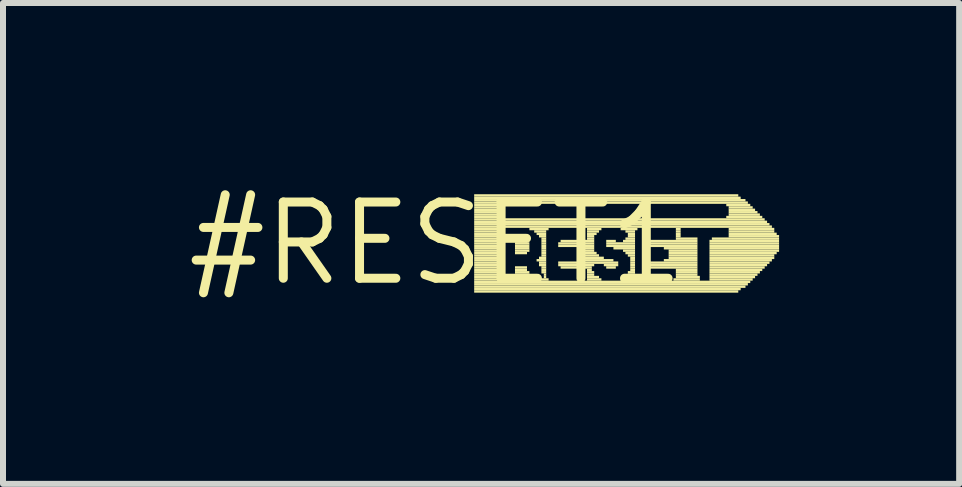
<source format=kicad_pcb>
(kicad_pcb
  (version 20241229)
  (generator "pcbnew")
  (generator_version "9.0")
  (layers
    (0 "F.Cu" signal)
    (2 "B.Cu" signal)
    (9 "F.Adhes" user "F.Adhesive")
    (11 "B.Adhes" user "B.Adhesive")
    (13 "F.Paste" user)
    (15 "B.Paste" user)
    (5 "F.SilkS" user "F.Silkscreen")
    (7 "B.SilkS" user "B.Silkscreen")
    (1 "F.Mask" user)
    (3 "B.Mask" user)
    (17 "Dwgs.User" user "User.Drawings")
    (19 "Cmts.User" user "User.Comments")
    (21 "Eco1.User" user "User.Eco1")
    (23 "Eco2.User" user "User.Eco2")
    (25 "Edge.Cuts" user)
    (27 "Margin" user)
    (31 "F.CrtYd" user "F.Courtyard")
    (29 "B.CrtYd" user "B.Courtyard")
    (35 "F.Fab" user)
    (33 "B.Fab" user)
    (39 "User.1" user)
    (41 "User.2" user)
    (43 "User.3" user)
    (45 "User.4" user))
  (footprint "#RESET1"
    (layer "F.Cu")
    (at 4.21 1.006)
    (property "Reference" "#RESET1" (at 0 0 0) (layer "F.SilkS") (effects (font (size 1.27 1.27) (thickness 0.15))))
    (fp_poly (pts (xy 0.64 -0.78) (xy 5.04 -0.78) (xy 5.04 -0.82) (xy 0.64 -0.82)) (stroke (width 0) (type default)) (fill yes) (layer "F.SilkS"))
    (fp_poly (pts (xy 0.64 -0.74) (xy 5.08 -0.74) (xy 5.08 -0.78) (xy 0.64 -0.78)) (stroke (width 0) (type default)) (fill yes) (layer "F.SilkS"))
    (fp_poly (pts (xy 0.64 -0.7) (xy 5.16 -0.7) (xy 5.16 -0.74) (xy 0.64 -0.74)) (stroke (width 0) (type default)) (fill yes) (layer "F.SilkS"))
    (fp_poly (pts (xy 0.64 -0.66) (xy 5.2 -0.66) (xy 5.2 -0.7) (xy 0.64 -0.7)) (stroke (width 0) (type default)) (fill yes) (layer "F.SilkS"))
    (fp_poly (pts (xy 0.64 -0.62) (xy 1.08 -0.62) (xy 1.08 -0.66) (xy 0.64 -0.66)) (stroke (width 0) (type default)) (fill yes) (layer "F.SilkS"))
    (fp_poly (pts (xy 0.64 -0.58) (xy 1.04 -0.58) (xy 1.04 -0.62) (xy 0.64 -0.62)) (stroke (width 0) (type default)) (fill yes) (layer "F.SilkS"))
    (fp_poly (pts (xy 0.64 -0.54) (xy 1.04 -0.54) (xy 1.04 -0.58) (xy 0.64 -0.58)) (stroke (width 0) (type default)) (fill yes) (layer "F.SilkS"))
    (fp_poly (pts (xy 0.64 -0.5) (xy 1.04 -0.5) (xy 1.04 -0.54) (xy 0.64 -0.54)) (stroke (width 0) (type default)) (fill yes) (layer "F.SilkS"))
    (fp_poly (pts (xy 0.64 -0.46) (xy 1.04 -0.46) (xy 1.04 -0.5) (xy 0.64 -0.5)) (stroke (width 0) (type default)) (fill yes) (layer "F.SilkS"))
    (fp_poly (pts (xy 0.64 -0.42) (xy 1.08 -0.42) (xy 1.08 -0.46) (xy 0.64 -0.46)) (stroke (width 0) (type default)) (fill yes) (layer "F.SilkS"))
    (fp_poly (pts (xy 0.64 -0.38) (xy 5.48 -0.38) (xy 5.48 -0.42) (xy 0.64 -0.42)) (stroke (width 0) (type default)) (fill yes) (layer "F.SilkS"))
    (fp_poly (pts (xy 0.64 -0.34) (xy 5.52 -0.34) (xy 5.52 -0.38) (xy 0.64 -0.38)) (stroke (width 0) (type default)) (fill yes) (layer "F.SilkS"))
    (fp_poly (pts (xy 0.64 -0.3) (xy 5.56 -0.3) (xy 5.56 -0.34) (xy 0.64 -0.34)) (stroke (width 0) (type default)) (fill yes) (layer "F.SilkS"))
    (fp_poly (pts (xy 0.64 -0.26) (xy 5.6 -0.26) (xy 5.6 -0.3) (xy 0.64 -0.3)) (stroke (width 0) (type default)) (fill yes) (layer "F.SilkS"))
    (fp_poly (pts (xy 0.64 -0.22) (xy 1.12 -0.22) (xy 1.12 -0.26) (xy 0.64 -0.26)) (stroke (width 0) (type default)) (fill yes) (layer "F.SilkS"))
    (fp_poly (pts (xy 0.64 -0.18) (xy 1.12 -0.18) (xy 1.12 -0.22) (xy 0.64 -0.22)) (stroke (width 0) (type default)) (fill yes) (layer "F.SilkS"))
    (fp_poly (pts (xy 0.64 -0.14) (xy 1.12 -0.14) (xy 1.12 -0.18) (xy 0.64 -0.18)) (stroke (width 0) (type default)) (fill yes) (layer "F.SilkS"))
    (fp_poly (pts (xy 0.64 -0.1) (xy 1.12 -0.1) (xy 1.12 -0.14) (xy 0.64 -0.14)) (stroke (width 0) (type default)) (fill yes) (layer "F.SilkS"))
    (fp_poly (pts (xy 0.64 -0.06) (xy 1.12 -0.06) (xy 1.12 -0.1) (xy 0.64 -0.1)) (stroke (width 0) (type default)) (fill yes) (layer "F.SilkS"))
    (fp_poly (pts (xy 0.64 -0.02) (xy 1.12 -0.02) (xy 1.12 -0.06) (xy 0.64 -0.06)) (stroke (width 0) (type default)) (fill yes) (layer "F.SilkS"))
    (fp_poly (pts (xy 0.64 0.02) (xy 1.12 0.02) (xy 1.12 -0.02) (xy 0.64 -0.02)) (stroke (width 0) (type default)) (fill yes) (layer "F.SilkS"))
    (fp_poly (pts (xy 0.64 0.06) (xy 1.12 0.06) (xy 1.12 0.02) (xy 0.64 0.02)) (stroke (width 0) (type default)) (fill yes) (layer "F.SilkS"))
    (fp_poly (pts (xy 0.64 0.1) (xy 1.12 0.1) (xy 1.12 0.06) (xy 0.64 0.06)) (stroke (width 0) (type default)) (fill yes) (layer "F.SilkS"))
    (fp_poly (pts (xy 0.64 0.14) (xy 1.12 0.14) (xy 1.12 0.1) (xy 0.64 0.1)) (stroke (width 0) (type default)) (fill yes) (layer "F.SilkS"))
    (fp_poly (pts (xy 0.64 0.18) (xy 1.12 0.18) (xy 1.12 0.14) (xy 0.64 0.14)) (stroke (width 0) (type default)) (fill yes) (layer "F.SilkS"))
    (fp_poly (pts (xy 0.64 0.22) (xy 1.12 0.22) (xy 1.12 0.18) (xy 0.64 0.18)) (stroke (width 0) (type default)) (fill yes) (layer "F.SilkS"))
    (fp_poly (pts (xy 0.64 0.26) (xy 1.12 0.26) (xy 1.12 0.22) (xy 0.64 0.22)) (stroke (width 0) (type default)) (fill yes) (layer "F.SilkS"))
    (fp_poly (pts (xy 0.64 0.3) (xy 1.12 0.3) (xy 1.12 0.26) (xy 0.64 0.26)) (stroke (width 0) (type default)) (fill yes) (layer "F.SilkS"))
    (fp_poly (pts (xy 0.64 0.34) (xy 1.12 0.34) (xy 1.12 0.3) (xy 0.64 0.3)) (stroke (width 0) (type default)) (fill yes) (layer "F.SilkS"))
    (fp_poly (pts (xy 0.64 0.38) (xy 1.12 0.38) (xy 1.12 0.34) (xy 0.64 0.34)) (stroke (width 0) (type default)) (fill yes) (layer "F.SilkS"))
    (fp_poly (pts (xy 0.64 0.42) (xy 1.12 0.42) (xy 1.12 0.38) (xy 0.64 0.38)) (stroke (width 0) (type default)) (fill yes) (layer "F.SilkS"))
    (fp_poly (pts (xy 0.64 0.46) (xy 1.12 0.46) (xy 1.12 0.42) (xy 0.64 0.42)) (stroke (width 0) (type default)) (fill yes) (layer "F.SilkS"))
    (fp_poly (pts (xy 0.64 0.5) (xy 1.12 0.5) (xy 1.12 0.46) (xy 0.64 0.46)) (stroke (width 0) (type default)) (fill yes) (layer "F.SilkS"))
    (fp_poly (pts (xy 0.64 0.54) (xy 1.12 0.54) (xy 1.12 0.5) (xy 0.64 0.5)) (stroke (width 0) (type default)) (fill yes) (layer "F.SilkS"))
    (fp_poly (pts (xy 0.64 0.58) (xy 1.12 0.58) (xy 1.12 0.54) (xy 0.64 0.54)) (stroke (width 0) (type default)) (fill yes) (layer "F.SilkS"))
    (fp_poly (pts (xy 0.64 0.62) (xy 1.12 0.62) (xy 1.12 0.58) (xy 0.64 0.58)) (stroke (width 0) (type default)) (fill yes) (layer "F.SilkS"))
    (fp_poly (pts (xy 0.64 0.66) (xy 5.24 0.66) (xy 5.24 0.62) (xy 0.64 0.62)) (stroke (width 0) (type default)) (fill yes) (layer "F.SilkS"))
    (fp_poly (pts (xy 0.64 0.7) (xy 5.2 0.7) (xy 5.2 0.66) (xy 0.64 0.66)) (stroke (width 0) (type default)) (fill yes) (layer "F.SilkS"))
    (fp_poly (pts (xy 0.64 0.74) (xy 5.16 0.74) (xy 5.16 0.7) (xy 0.64 0.7)) (stroke (width 0) (type default)) (fill yes) (layer "F.SilkS"))
    (fp_poly (pts (xy 0.64 0.78) (xy 5.08 0.78) (xy 5.08 0.74) (xy 0.64 0.74)) (stroke (width 0) (type default)) (fill yes) (layer "F.SilkS"))
    (fp_poly (pts (xy 0.64 0.82) (xy 5.04 0.82) (xy 5.04 0.78) (xy 0.64 0.78)) (stroke (width 0) (type default)) (fill yes) (layer "F.SilkS"))
    (fp_poly (pts (xy 1.28 0.62) (xy 1.6 0.62) (xy 1.6 0.58) (xy 1.28 0.58)) (stroke (width 0) (type default)) (fill yes) (layer "F.SilkS"))
    (fp_poly (pts (xy 1.32 -0.02) (xy 1.52 -0.02) (xy 1.52 -0.06) (xy 1.32 -0.06)) (stroke (width 0) (type default)) (fill yes) (layer "F.SilkS"))
    (fp_poly (pts (xy 1.32 0.02) (xy 1.56 0.02) (xy 1.56 -0.02) (xy 1.32 -0.02)) (stroke (width 0) (type default)) (fill yes) (layer "F.SilkS"))
    (fp_poly (pts (xy 1.32 0.06) (xy 1.56 0.06) (xy 1.56 0.02) (xy 1.32 0.02)) (stroke (width 0) (type default)) (fill yes) (layer "F.SilkS"))
    (fp_poly (pts (xy 1.32 0.1) (xy 1.56 0.1) (xy 1.56 0.06) (xy 1.32 0.06)) (stroke (width 0) (type default)) (fill yes) (layer "F.SilkS"))
    (fp_poly (pts (xy 1.32 0.14) (xy 1.56 0.14) (xy 1.56 0.1) (xy 1.32 0.1)) (stroke (width 0) (type default)) (fill yes) (layer "F.SilkS"))
    (fp_poly (pts (xy 1.32 0.18) (xy 1.52 0.18) (xy 1.52 0.14) (xy 1.32 0.14)) (stroke (width 0) (type default)) (fill yes) (layer "F.SilkS"))
    (fp_poly (pts (xy 1.32 0.42) (xy 1.52 0.42) (xy 1.52 0.38) (xy 1.32 0.38)) (stroke (width 0) (type default)) (fill yes) (layer "F.SilkS"))
    (fp_poly (pts (xy 1.32 0.46) (xy 1.52 0.46) (xy 1.52 0.42) (xy 1.32 0.42)) (stroke (width 0) (type default)) (fill yes) (layer "F.SilkS"))
    (fp_poly (pts (xy 1.32 0.5) (xy 1.56 0.5) (xy 1.56 0.46) (xy 1.32 0.46)) (stroke (width 0) (type default)) (fill yes) (layer "F.SilkS"))
    (fp_poly (pts (xy 1.32 0.54) (xy 1.56 0.54) (xy 1.56 0.5) (xy 1.32 0.5)) (stroke (width 0) (type default)) (fill yes) (layer "F.SilkS"))
    (fp_poly (pts (xy 1.32 0.58) (xy 1.6 0.58) (xy 1.6 0.54) (xy 1.32 0.54)) (stroke (width 0) (type default)) (fill yes) (layer "F.SilkS"))
    (fp_poly (pts (xy 1.56 -0.22) (xy 1.88 -0.22) (xy 1.88 -0.26) (xy 1.56 -0.26)) (stroke (width 0) (type default)) (fill yes) (layer "F.SilkS"))
    (fp_poly (pts (xy 1.64 -0.18) (xy 1.84 -0.18) (xy 1.84 -0.22) (xy 1.64 -0.22)) (stroke (width 0) (type default)) (fill yes) (layer "F.SilkS"))
    (fp_poly (pts (xy 1.68 -0.14) (xy 1.84 -0.14) (xy 1.84 -0.18) (xy 1.68 -0.18)) (stroke (width 0) (type default)) (fill yes) (layer "F.SilkS"))
    (fp_poly (pts (xy 1.68 0.3) (xy 1.84 0.3) (xy 1.84 0.26) (xy 1.68 0.26)) (stroke (width 0) (type default)) (fill yes) (layer "F.SilkS"))
    (fp_poly (pts (xy 1.72 -0.1) (xy 1.84 -0.1) (xy 1.84 -0.14) (xy 1.72 -0.14)) (stroke (width 0) (type default)) (fill yes) (layer "F.SilkS"))
    (fp_poly (pts (xy 1.72 0.26) (xy 1.84 0.26) (xy 1.84 0.22) (xy 1.72 0.22)) (stroke (width 0) (type default)) (fill yes) (layer "F.SilkS"))
    (fp_poly (pts (xy 1.72 0.34) (xy 1.84 0.34) (xy 1.84 0.3) (xy 1.72 0.3)) (stroke (width 0) (type default)) (fill yes) (layer "F.SilkS"))
    (fp_poly (pts (xy 1.72 0.38) (xy 1.84 0.38) (xy 1.84 0.34) (xy 1.72 0.34)) (stroke (width 0) (type default)) (fill yes) (layer "F.SilkS"))
    (fp_poly (pts (xy 1.72 0.62) (xy 1.88 0.62) (xy 1.88 0.58) (xy 1.72 0.58)) (stroke (width 0) (type default)) (fill yes) (layer "F.SilkS"))
    (fp_poly (pts (xy 1.76 -0.06) (xy 1.84 -0.06) (xy 1.84 -0.1) (xy 1.76 -0.1)) (stroke (width 0) (type default)) (fill yes) (layer "F.SilkS"))
    (fp_poly (pts (xy 1.76 -0.02) (xy 1.84 -0.02) (xy 1.84 -0.06) (xy 1.76 -0.06)) (stroke (width 0) (type default)) (fill yes) (layer "F.SilkS"))
    (fp_poly (pts (xy 1.76 0.02) (xy 1.84 0.02) (xy 1.84 -0.02) (xy 1.76 -0.02)) (stroke (width 0) (type default)) (fill yes) (layer "F.SilkS"))
    (fp_poly (pts (xy 1.76 0.06) (xy 1.84 0.06) (xy 1.84 0.02) (xy 1.76 0.02)) (stroke (width 0) (type default)) (fill yes) (layer "F.SilkS"))
    (fp_poly (pts (xy 1.76 0.1) (xy 1.84 0.1) (xy 1.84 0.06) (xy 1.76 0.06)) (stroke (width 0) (type default)) (fill yes) (layer "F.SilkS"))
    (fp_poly (pts (xy 1.76 0.14) (xy 1.84 0.14) (xy 1.84 0.1) (xy 1.76 0.1)) (stroke (width 0) (type default)) (fill yes) (layer "F.SilkS"))
    (fp_poly (pts (xy 1.76 0.18) (xy 1.84 0.18) (xy 1.84 0.14) (xy 1.76 0.14)) (stroke (width 0) (type default)) (fill yes) (layer "F.SilkS"))
    (fp_poly (pts (xy 1.76 0.22) (xy 1.84 0.22) (xy 1.84 0.18) (xy 1.76 0.18)) (stroke (width 0) (type default)) (fill yes) (layer "F.SilkS"))
    (fp_poly (pts (xy 1.76 0.42) (xy 1.84 0.42) (xy 1.84 0.38) (xy 1.76 0.38)) (stroke (width 0) (type default)) (fill yes) (layer "F.SilkS"))
    (fp_poly (pts (xy 1.76 0.46) (xy 1.84 0.46) (xy 1.84 0.42) (xy 1.76 0.42)) (stroke (width 0) (type default)) (fill yes) (layer "F.SilkS"))
    (fp_poly (pts (xy 1.76 0.5) (xy 1.84 0.5) (xy 1.84 0.46) (xy 1.76 0.46)) (stroke (width 0) (type default)) (fill yes) (layer "F.SilkS"))
    (fp_poly (pts (xy 1.8 0.54) (xy 1.84 0.54) (xy 1.84 0.5) (xy 1.8 0.5)) (stroke (width 0) (type default)) (fill yes) (layer "F.SilkS"))
    (fp_poly (pts (xy 1.8 0.58) (xy 1.84 0.58) (xy 1.84 0.54) (xy 1.8 0.54)) (stroke (width 0) (type default)) (fill yes) (layer "F.SilkS"))
    (fp_poly (pts (xy 2.04 0.02) (xy 2.64 0.02) (xy 2.64 -0.02) (xy 2.04 -0.02)) (stroke (width 0) (type default)) (fill yes) (layer "F.SilkS"))
    (fp_poly (pts (xy 2.04 0.06) (xy 2.64 0.06) (xy 2.64 0.02) (xy 2.04 0.02)) (stroke (width 0) (type default)) (fill yes) (layer "F.SilkS"))
    (fp_poly (pts (xy 2.04 0.34) (xy 3.04 0.34) (xy 3.04 0.3) (xy 2.04 0.3)) (stroke (width 0) (type default)) (fill yes) (layer "F.SilkS"))
    (fp_poly (pts (xy 2.04 0.38) (xy 2.64 0.38) (xy 2.64 0.34) (xy 2.04 0.34)) (stroke (width 0) (type default)) (fill yes) (layer "F.SilkS"))
    (fp_poly (pts (xy 2.08 -0.02) (xy 2.64 -0.02) (xy 2.64 -0.06) (xy 2.08 -0.06)) (stroke (width 0) (type default)) (fill yes) (layer "F.SilkS"))
    (fp_poly (pts (xy 2.08 0.42) (xy 2.6 0.42) (xy 2.6 0.38) (xy 2.08 0.38)) (stroke (width 0) (type default)) (fill yes) (layer "F.SilkS"))
    (fp_poly (pts (xy 2.36 0.1) (xy 2.64 0.1) (xy 2.64 0.06) (xy 2.36 0.06)) (stroke (width 0) (type default)) (fill yes) (layer "F.SilkS"))
    (fp_poly (pts (xy 2.36 0.3) (xy 2.96 0.3) (xy 2.96 0.26) (xy 2.36 0.26)) (stroke (width 0) (type default)) (fill yes) (layer "F.SilkS"))
    (fp_poly (pts (xy 2.4 0.14) (xy 2.64 0.14) (xy 2.64 0.1) (xy 2.4 0.1)) (stroke (width 0) (type default)) (fill yes) (layer "F.SilkS"))
    (fp_poly (pts (xy 2.4 0.18) (xy 2.68 0.18) (xy 2.68 0.14) (xy 2.4 0.14)) (stroke (width 0) (type default)) (fill yes) (layer "F.SilkS"))
    (fp_poly (pts (xy 2.4 0.22) (xy 2.72 0.22) (xy 2.72 0.18) (xy 2.4 0.18)) (stroke (width 0) (type default)) (fill yes) (layer "F.SilkS"))
    (fp_poly (pts (xy 2.4 0.26) (xy 2.8 0.26) (xy 2.8 0.22) (xy 2.4 0.22)) (stroke (width 0) (type default)) (fill yes) (layer "F.SilkS"))
    (fp_poly (pts (xy 2.52 -0.22) (xy 2.76 -0.22) (xy 2.76 -0.26) (xy 2.52 -0.26)) (stroke (width 0) (type default)) (fill yes) (layer "F.SilkS"))
    (fp_poly (pts (xy 2.52 -0.18) (xy 2.72 -0.18) (xy 2.72 -0.22) (xy 2.52 -0.22)) (stroke (width 0) (type default)) (fill yes) (layer "F.SilkS"))
    (fp_poly (pts (xy 2.52 -0.14) (xy 2.68 -0.14) (xy 2.68 -0.18) (xy 2.52 -0.18)) (stroke (width 0) (type default)) (fill yes) (layer "F.SilkS"))
    (fp_poly (pts (xy 2.52 -0.1) (xy 2.64 -0.1) (xy 2.64 -0.14) (xy 2.52 -0.14)) (stroke (width 0) (type default)) (fill yes) (layer "F.SilkS"))
    (fp_poly (pts (xy 2.52 -0.06) (xy 2.64 -0.06) (xy 2.64 -0.1) (xy 2.52 -0.1)) (stroke (width 0) (type default)) (fill yes) (layer "F.SilkS"))
    (fp_poly (pts (xy 2.52 0.46) (xy 2.6 0.46) (xy 2.6 0.42) (xy 2.52 0.42)) (stroke (width 0) (type default)) (fill yes) (layer "F.SilkS"))
    (fp_poly (pts (xy 2.52 0.5) (xy 2.64 0.5) (xy 2.64 0.46) (xy 2.52 0.46)) (stroke (width 0) (type default)) (fill yes) (layer "F.SilkS"))
    (fp_poly (pts (xy 2.52 0.54) (xy 2.64 0.54) (xy 2.64 0.5) (xy 2.52 0.5)) (stroke (width 0) (type default)) (fill yes) (layer "F.SilkS"))
    (fp_poly (pts (xy 2.52 0.58) (xy 2.72 0.58) (xy 2.72 0.54) (xy 2.52 0.54)) (stroke (width 0) (type default)) (fill yes) (layer "F.SilkS"))
    (fp_poly (pts (xy 2.52 0.62) (xy 2.76 0.62) (xy 2.76 0.58) (xy 2.52 0.58)) (stroke (width 0) (type default)) (fill yes) (layer "F.SilkS"))
    (fp_poly (pts (xy 2.8 0.38) (xy 3.04 0.38) (xy 3.04 0.34) (xy 2.8 0.34)) (stroke (width 0) (type default)) (fill yes) (layer "F.SilkS"))
    (fp_poly (pts (xy 2.84 -0.02) (xy 3 -0.02) (xy 3 -0.06) (xy 2.84 -0.06)) (stroke (width 0) (type default)) (fill yes) (layer "F.SilkS"))
    (fp_poly (pts (xy 2.84 0.02) (xy 3.32 0.02) (xy 3.32 -0.02) (xy 2.84 -0.02)) (stroke (width 0) (type default)) (fill yes) (layer "F.SilkS"))
    (fp_poly (pts (xy 2.84 0.06) (xy 3.32 0.06) (xy 3.32 0.02) (xy 2.84 0.02)) (stroke (width 0) (type default)) (fill yes) (layer "F.SilkS"))
    (fp_poly (pts (xy 2.84 0.42) (xy 3 0.42) (xy 3 0.38) (xy 2.84 0.38)) (stroke (width 0) (type default)) (fill yes) (layer "F.SilkS"))
    (fp_poly (pts (xy 2.96 0.1) (xy 3.32 0.1) (xy 3.32 0.06) (xy 2.96 0.06)) (stroke (width 0) (type default)) (fill yes) (layer "F.SilkS"))
    (fp_poly (pts (xy 3.08 -0.22) (xy 3.36 -0.22) (xy 3.36 -0.26) (xy 3.08 -0.26)) (stroke (width 0) (type default)) (fill yes) (layer "F.SilkS"))
    (fp_poly (pts (xy 3.08 0.62) (xy 3.36 0.62) (xy 3.36 0.58) (xy 3.08 0.58)) (stroke (width 0) (type default)) (fill yes) (layer "F.SilkS"))
    (fp_poly (pts (xy 3.12 -0.02) (xy 3.32 -0.02) (xy 3.32 -0.06) (xy 3.12 -0.06)) (stroke (width 0) (type default)) (fill yes) (layer "F.SilkS"))
    (fp_poly (pts (xy 3.12 0.14) (xy 3.32 0.14) (xy 3.32 0.1) (xy 3.12 0.1)) (stroke (width 0) (type default)) (fill yes) (layer "F.SilkS"))
    (fp_poly (pts (xy 3.12 0.58) (xy 3.32 0.58) (xy 3.32 0.54) (xy 3.12 0.54)) (stroke (width 0) (type default)) (fill yes) (layer "F.SilkS"))
    (fp_poly (pts (xy 3.16 -0.18) (xy 3.32 -0.18) (xy 3.32 -0.22) (xy 3.16 -0.22)) (stroke (width 0) (type default)) (fill yes) (layer "F.SilkS"))
    (fp_poly (pts (xy 3.16 -0.06) (xy 3.32 -0.06) (xy 3.32 -0.1) (xy 3.16 -0.1)) (stroke (width 0) (type default)) (fill yes) (layer "F.SilkS"))
    (fp_poly (pts (xy 3.16 0.18) (xy 3.32 0.18) (xy 3.32 0.14) (xy 3.16 0.14)) (stroke (width 0) (type default)) (fill yes) (layer "F.SilkS"))
    (fp_poly (pts (xy 3.2 -0.14) (xy 3.32 -0.14) (xy 3.32 -0.18) (xy 3.2 -0.18)) (stroke (width 0) (type default)) (fill yes) (layer "F.SilkS"))
    (fp_poly (pts (xy 3.2 -0.1) (xy 3.32 -0.1) (xy 3.32 -0.14) (xy 3.2 -0.14)) (stroke (width 0) (type default)) (fill yes) (layer "F.SilkS"))
    (fp_poly (pts (xy 3.2 0.22) (xy 3.32 0.22) (xy 3.32 0.18) (xy 3.2 0.18)) (stroke (width 0) (type default)) (fill yes) (layer "F.SilkS"))
    (fp_poly (pts (xy 3.2 0.5) (xy 3.32 0.5) (xy 3.32 0.46) (xy 3.2 0.46)) (stroke (width 0) (type default)) (fill yes) (layer "F.SilkS"))
    (fp_poly (pts (xy 3.2 0.54) (xy 3.32 0.54) (xy 3.32 0.5) (xy 3.2 0.5)) (stroke (width 0) (type default)) (fill yes) (layer "F.SilkS"))
    (fp_poly (pts (xy 3.24 0.26) (xy 3.32 0.26) (xy 3.32 0.22) (xy 3.24 0.22)) (stroke (width 0) (type default)) (fill yes) (layer "F.SilkS"))
    (fp_poly (pts (xy 3.24 0.3) (xy 3.32 0.3) (xy 3.32 0.26) (xy 3.24 0.26)) (stroke (width 0) (type default)) (fill yes) (layer "F.SilkS"))
    (fp_poly (pts (xy 3.24 0.34) (xy 3.32 0.34) (xy 3.32 0.3) (xy 3.24 0.3)) (stroke (width 0) (type default)) (fill yes) (layer "F.SilkS"))
    (fp_poly (pts (xy 3.24 0.38) (xy 3.32 0.38) (xy 3.32 0.34) (xy 3.24 0.34)) (stroke (width 0) (type default)) (fill yes) (layer "F.SilkS"))
    (fp_poly (pts (xy 3.24 0.42) (xy 3.32 0.42) (xy 3.32 0.38) (xy 3.24 0.38)) (stroke (width 0) (type default)) (fill yes) (layer "F.SilkS"))
    (fp_poly (pts (xy 3.24 0.46) (xy 3.32 0.46) (xy 3.32 0.42) (xy 3.24 0.42)) (stroke (width 0) (type default)) (fill yes) (layer "F.SilkS"))
    (fp_poly (pts (xy 3.52 0.02) (xy 4.36 0.02) (xy 4.36 -0.02) (xy 3.52 -0.02)) (stroke (width 0) (type default)) (fill yes) (layer "F.SilkS"))
    (fp_poly (pts (xy 3.52 0.06) (xy 4.36 0.06) (xy 4.36 0.02) (xy 3.52 0.02)) (stroke (width 0) (type default)) (fill yes) (layer "F.SilkS"))
    (fp_poly (pts (xy 3.52 0.34) (xy 4.36 0.34) (xy 4.36 0.3) (xy 3.52 0.3)) (stroke (width 0) (type default)) (fill yes) (layer "F.SilkS"))
    (fp_poly (pts (xy 3.52 0.38) (xy 4.36 0.38) (xy 4.36 0.34) (xy 3.52 0.34)) (stroke (width 0) (type default)) (fill yes) (layer "F.SilkS"))
    (fp_poly (pts (xy 3.56 -0.02) (xy 4.36 -0.02) (xy 4.36 -0.06) (xy 3.56 -0.06)) (stroke (width 0) (type default)) (fill yes) (layer "F.SilkS"))
    (fp_poly (pts (xy 3.56 0.42) (xy 4.36 0.42) (xy 4.36 0.38) (xy 3.56 0.38)) (stroke (width 0) (type default)) (fill yes) (layer "F.SilkS"))
    (fp_poly (pts (xy 3.8 0.1) (xy 4.36 0.1) (xy 4.36 0.06) (xy 3.8 0.06)) (stroke (width 0) (type default)) (fill yes) (layer "F.SilkS"))
    (fp_poly (pts (xy 3.8 0.3) (xy 4.36 0.3) (xy 4.36 0.26) (xy 3.8 0.26)) (stroke (width 0) (type default)) (fill yes) (layer "F.SilkS"))
    (fp_poly (pts (xy 3.88 0.14) (xy 4.36 0.14) (xy 4.36 0.1) (xy 3.88 0.1)) (stroke (width 0) (type default)) (fill yes) (layer "F.SilkS"))
    (fp_poly (pts (xy 3.88 0.18) (xy 4.36 0.18) (xy 4.36 0.14) (xy 3.88 0.14)) (stroke (width 0) (type default)) (fill yes) (layer "F.SilkS"))
    (fp_poly (pts (xy 3.88 0.22) (xy 4.36 0.22) (xy 4.36 0.18) (xy 3.88 0.18)) (stroke (width 0) (type default)) (fill yes) (layer "F.SilkS"))
    (fp_poly (pts (xy 3.88 0.26) (xy 4.36 0.26) (xy 4.36 0.22) (xy 3.88 0.22)) (stroke (width 0) (type default)) (fill yes) (layer "F.SilkS"))
    (fp_poly (pts (xy 3.96 0.62) (xy 4.4 0.62) (xy 4.4 0.58) (xy 3.96 0.58)) (stroke (width 0) (type default)) (fill yes) (layer "F.SilkS"))
    (fp_poly (pts (xy 4 -0.22) (xy 4.08 -0.22) (xy 4.08 -0.26) (xy 4 -0.26)) (stroke (width 0) (type default)) (fill yes) (layer "F.SilkS"))
    (fp_poly (pts (xy 4 -0.18) (xy 4.08 -0.18) (xy 4.08 -0.22) (xy 4 -0.22)) (stroke (width 0) (type default)) (fill yes) (layer "F.SilkS"))
    (fp_poly (pts (xy 4 -0.14) (xy 4.08 -0.14) (xy 4.08 -0.18) (xy 4 -0.18)) (stroke (width 0) (type default)) (fill yes) (layer "F.SilkS"))
    (fp_poly (pts (xy 4 -0.1) (xy 4.08 -0.1) (xy 4.08 -0.14) (xy 4 -0.14)) (stroke (width 0) (type default)) (fill yes) (layer "F.SilkS"))
    (fp_poly (pts (xy 4 -0.06) (xy 4.36 -0.06) (xy 4.36 -0.1) (xy 4 -0.1)) (stroke (width 0) (type default)) (fill yes) (layer "F.SilkS"))
    (fp_poly (pts (xy 4 0.46) (xy 4.36 0.46) (xy 4.36 0.42) (xy 4 0.42)) (stroke (width 0) (type default)) (fill yes) (layer "F.SilkS"))
    (fp_poly (pts (xy 4 0.5) (xy 4.36 0.5) (xy 4.36 0.46) (xy 4 0.46)) (stroke (width 0) (type default)) (fill yes) (layer "F.SilkS"))
    (fp_poly (pts (xy 4 0.54) (xy 4.36 0.54) (xy 4.36 0.5) (xy 4 0.5)) (stroke (width 0) (type default)) (fill yes) (layer "F.SilkS"))
    (fp_poly (pts (xy 4 0.58) (xy 4.4 0.58) (xy 4.4 0.54) (xy 4 0.54)) (stroke (width 0) (type default)) (fill yes) (layer "F.SilkS"))
    (fp_poly (pts (xy 4.56 -0.02) (xy 5.72 -0.02) (xy 5.72 -0.06) (xy 4.56 -0.06)) (stroke (width 0) (type default)) (fill yes) (layer "F.SilkS"))
    (fp_poly (pts (xy 4.56 0.02) (xy 5.72 0.02) (xy 5.72 -0.02) (xy 4.56 -0.02)) (stroke (width 0) (type default)) (fill yes) (layer "F.SilkS"))
    (fp_poly (pts (xy 4.56 0.06) (xy 5.72 0.06) (xy 5.72 0.02) (xy 4.56 0.02)) (stroke (width 0) (type default)) (fill yes) (layer "F.SilkS"))
    (fp_poly (pts (xy 4.56 0.1) (xy 5.72 0.1) (xy 5.72 0.06) (xy 4.56 0.06)) (stroke (width 0) (type default)) (fill yes) (layer "F.SilkS"))
    (fp_poly (pts (xy 4.56 0.14) (xy 5.72 0.14) (xy 5.72 0.1) (xy 4.56 0.1)) (stroke (width 0) (type default)) (fill yes) (layer "F.SilkS"))
    (fp_poly (pts (xy 4.56 0.18) (xy 5.68 0.18) (xy 5.68 0.14) (xy 4.56 0.14)) (stroke (width 0) (type default)) (fill yes) (layer "F.SilkS"))
    (fp_poly (pts (xy 4.56 0.22) (xy 5.64 0.22) (xy 5.64 0.18) (xy 4.56 0.18)) (stroke (width 0) (type default)) (fill yes) (layer "F.SilkS"))
    (fp_poly (pts (xy 4.56 0.26) (xy 5.64 0.26) (xy 5.64 0.22) (xy 4.56 0.22)) (stroke (width 0) (type default)) (fill yes) (layer "F.SilkS"))
    (fp_poly (pts (xy 4.56 0.3) (xy 5.6 0.3) (xy 5.6 0.26) (xy 4.56 0.26)) (stroke (width 0) (type default)) (fill yes) (layer "F.SilkS"))
    (fp_poly (pts (xy 4.56 0.34) (xy 5.56 0.34) (xy 5.56 0.3) (xy 4.56 0.3)) (stroke (width 0) (type default)) (fill yes) (layer "F.SilkS"))
    (fp_poly (pts (xy 4.56 0.38) (xy 5.52 0.38) (xy 5.52 0.34) (xy 4.56 0.34)) (stroke (width 0) (type default)) (fill yes) (layer "F.SilkS"))
    (fp_poly (pts (xy 4.56 0.42) (xy 5.48 0.42) (xy 5.48 0.38) (xy 4.56 0.38)) (stroke (width 0) (type default)) (fill yes) (layer "F.SilkS"))
    (fp_poly (pts (xy 4.56 0.46) (xy 5.44 0.46) (xy 5.44 0.42) (xy 4.56 0.42)) (stroke (width 0) (type default)) (fill yes) (layer "F.SilkS"))
    (fp_poly (pts (xy 4.56 0.5) (xy 5.4 0.5) (xy 5.4 0.46) (xy 4.56 0.46)) (stroke (width 0) (type default)) (fill yes) (layer "F.SilkS"))
    (fp_poly (pts (xy 4.56 0.54) (xy 5.36 0.54) (xy 5.36 0.5) (xy 4.56 0.5)) (stroke (width 0) (type default)) (fill yes) (layer "F.SilkS"))
    (fp_poly (pts (xy 4.56 0.58) (xy 5.32 0.58) (xy 5.32 0.54) (xy 4.56 0.54)) (stroke (width 0) (type default)) (fill yes) (layer "F.SilkS"))
    (fp_poly (pts (xy 4.56 0.62) (xy 5.28 0.62) (xy 5.28 0.58) (xy 4.56 0.58)) (stroke (width 0) (type default)) (fill yes) (layer "F.SilkS"))
    (fp_poly (pts (xy 4.6 -0.06) (xy 5.72 -0.06) (xy 5.72 -0.1) (xy 4.6 -0.1)) (stroke (width 0) (type default)) (fill yes) (layer "F.SilkS"))
    (fp_poly (pts (xy 4.84 -0.62) (xy 5.24 -0.62) (xy 5.24 -0.66) (xy 4.84 -0.66)) (stroke (width 0) (type default)) (fill yes) (layer "F.SilkS"))
    (fp_poly (pts (xy 4.84 -0.42) (xy 5.44 -0.42) (xy 5.44 -0.46) (xy 4.84 -0.46)) (stroke (width 0) (type default)) (fill yes) (layer "F.SilkS"))
    (fp_poly (pts (xy 4.88 -0.58) (xy 5.28 -0.58) (xy 5.28 -0.62) (xy 4.88 -0.62)) (stroke (width 0) (type default)) (fill yes) (layer "F.SilkS"))
    (fp_poly (pts (xy 4.88 -0.54) (xy 5.32 -0.54) (xy 5.32 -0.58) (xy 4.88 -0.58)) (stroke (width 0) (type default)) (fill yes) (layer "F.SilkS"))
    (fp_poly (pts (xy 4.88 -0.5) (xy 5.36 -0.5) (xy 5.36 -0.54) (xy 4.88 -0.54)) (stroke (width 0) (type default)) (fill yes) (layer "F.SilkS"))
    (fp_poly (pts (xy 4.88 -0.46) (xy 5.4 -0.46) (xy 5.4 -0.5) (xy 4.88 -0.5)) (stroke (width 0) (type default)) (fill yes) (layer "F.SilkS"))
    (fp_poly (pts (xy 4.88 -0.22) (xy 5.64 -0.22) (xy 5.64 -0.26) (xy 4.88 -0.26)) (stroke (width 0) (type default)) (fill yes) (layer "F.SilkS"))
    (fp_poly (pts (xy 4.88 -0.18) (xy 5.64 -0.18) (xy 5.64 -0.22) (xy 4.88 -0.22)) (stroke (width 0) (type default)) (fill yes) (layer "F.SilkS"))
    (fp_poly (pts (xy 4.88 -0.14) (xy 5.68 -0.14) (xy 5.68 -0.18) (xy 4.88 -0.18)) (stroke (width 0) (type default)) (fill yes) (layer "F.SilkS"))
    (fp_poly (pts (xy 4.88 -0.1) (xy 5.72 -0.1) (xy 5.72 -0.14) (xy 4.88 -0.14)) (stroke (width 0) (type default)) (fill yes) (layer "F.SilkS")))
  (gr_rect
    (start -3 -3)
    (end 12.93 5.012)
    (stroke (width 0.1) (type default))
    (fill no)
    (layer "Edge.Cuts")))
</source>
